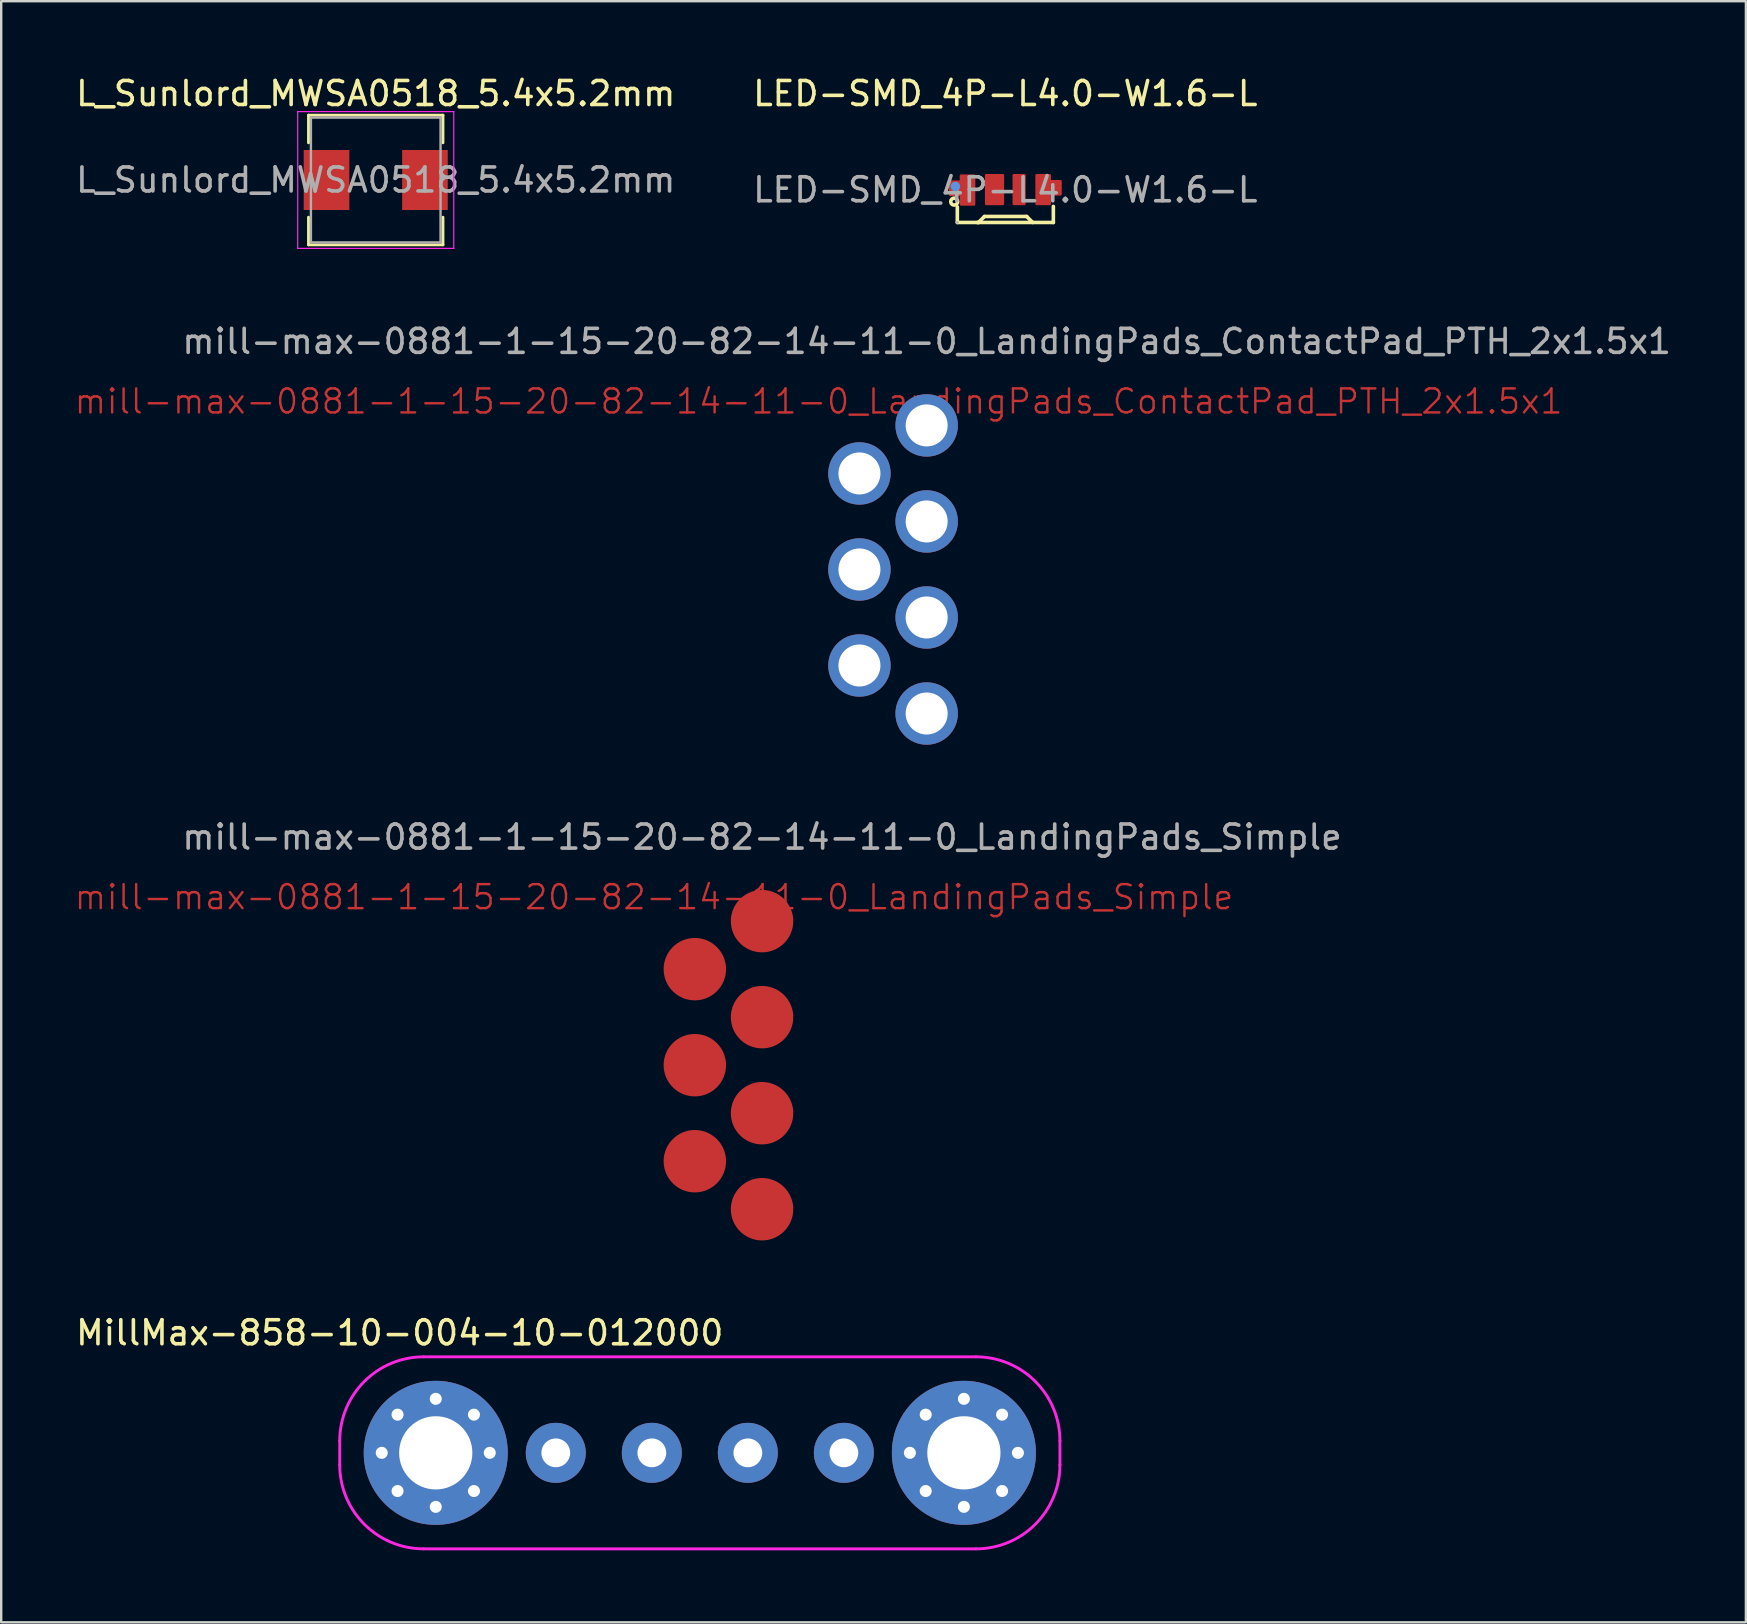
<source format=kicad_pcb>
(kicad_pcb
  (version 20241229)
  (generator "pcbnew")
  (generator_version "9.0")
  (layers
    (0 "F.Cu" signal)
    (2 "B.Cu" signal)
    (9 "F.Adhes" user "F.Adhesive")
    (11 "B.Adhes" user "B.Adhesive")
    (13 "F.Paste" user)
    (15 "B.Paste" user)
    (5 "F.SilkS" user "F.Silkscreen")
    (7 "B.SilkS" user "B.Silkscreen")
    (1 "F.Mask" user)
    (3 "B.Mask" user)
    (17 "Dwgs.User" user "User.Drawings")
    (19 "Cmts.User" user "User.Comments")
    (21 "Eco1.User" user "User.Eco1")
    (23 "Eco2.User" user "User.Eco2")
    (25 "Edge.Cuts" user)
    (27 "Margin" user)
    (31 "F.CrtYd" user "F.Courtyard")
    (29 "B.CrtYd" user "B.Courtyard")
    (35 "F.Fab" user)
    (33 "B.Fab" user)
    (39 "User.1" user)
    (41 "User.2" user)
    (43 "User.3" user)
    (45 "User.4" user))
  (footprint "L_Sunlord_MWSA0518_5.4x5.2mm"
    (layer "F.Cu")
    (at 12.601 4.448)
    (property "Reference" "L_Sunlord_MWSA0518_5.4x5.2mm" (at 0 -3.6 0) (layer "F.SilkS") (effects (font (size 1 1) (thickness 0.15))))
    (attr smd)
    (fp_line (start -2.8 -2.7) (end -2.8 -1.55) (stroke (width 0.12) (type solid)) (layer "F.SilkS"))
    (fp_line (start -2.8 -2.7) (end 2.8 -2.7) (stroke (width 0.12) (type solid)) (layer "F.SilkS"))
    (fp_line (start -2.8 2.7) (end -2.8 1.55) (stroke (width 0.12) (type solid)) (layer "F.SilkS"))
    (fp_line (start -2.8 2.7) (end 2.8 2.7) (stroke (width 0.12) (type solid)) (layer "F.SilkS"))
    (fp_line (start 2.8 -2.7) (end 2.8 -1.55) (stroke (width 0.12) (type solid)) (layer "F.SilkS"))
    (fp_line (start 2.8 2.7) (end 2.8 1.55) (stroke (width 0.12) (type solid)) (layer "F.SilkS"))
    (fp_line (start -3.25 -2.85) (end 3.25 -2.85) (stroke (width 0.05) (type solid)) (layer "F.CrtYd"))
    (fp_line (start -3.25 2.85) (end -3.25 -2.85) (stroke (width 0.05) (type solid)) (layer "F.CrtYd"))
    (fp_line (start 3.25 -2.85) (end 3.25 2.85) (stroke (width 0.05) (type solid)) (layer "F.CrtYd"))
    (fp_line (start 3.25 2.85) (end -3.25 2.85) (stroke (width 0.05) (type solid)) (layer "F.CrtYd"))
    (fp_line (start -2.7 -2.6) (end 2.7 -2.6) (stroke (width 0.1) (type solid)) (layer "F.Fab"))
    (fp_line (start -2.7 2.6) (end -2.7 -2.6) (stroke (width 0.1) (type solid)) (layer "F.Fab"))
    (fp_line (start 2.7 -2.6) (end 2.7 2.6) (stroke (width 0.1) (type solid)) (layer "F.Fab"))
    (fp_line (start 2.7 2.6) (end -2.7 2.6) (stroke (width 0.1) (type solid)) (layer "F.Fab"))
    (fp_text user "${REFERENCE}" (at 0 0 0) (layer "F.Fab") (effects (font (size 1 1) (thickness 0.15))))
    (pad "1" smd rect (at -2.05 0) (size 1.9 2.5) (layers "F.Cu" "F.Mask" "F.Paste"))
    (pad "2" smd rect (at 2.05 0) (size 1.9 2.5) (layers "F.Cu" "F.Mask" "F.Paste")))
  (footprint "LED-SMD_4P-L4.0-W1.6-L"
    (layer "F.Cu")
    (at 38.827 4.858)
    (property "Reference" "LED-SMD_4P-L4.0-W1.6-L" (at 0 -4.01 0) (layer "F.SilkS") (effects (font (size 1 1) (thickness 0.15))))
    (attr smd)
    (fp_line (start -2 1.36) (end -2 0.71) (stroke (width 0.15) (type solid)) (layer "F.SilkS"))
    (fp_line (start -1.17 1.36) (end -1.12 1.36) (stroke (width 0.15) (type solid)) (layer "F.SilkS"))
    (fp_line (start -1.12 1.36) (end -0.87 1.11) (stroke (width 0.15) (type solid)) (layer "F.SilkS"))
    (fp_line (start -0.87 1.11) (end 0.89 1.11) (stroke (width 0.15) (type solid)) (layer "F.SilkS"))
    (fp_line (start 0.89 1.11) (end 1.14 1.36) (stroke (width 0.15) (type solid)) (layer "F.SilkS"))
    (fp_line (start 2 0.69) (end 2 1.36) (stroke (width 0.15) (type solid)) (layer "F.SilkS"))
    (fp_line (start 2 1.36) (end -2 1.36) (stroke (width 0.15) (type solid)) (layer "F.SilkS"))
    (fp_circle (center -2.13 0.49) (end -2.06 0.49) (stroke (width 0.15) (type solid)) (fill no) (layer "F.SilkS"))
    (fp_circle (center -2.08 -0.14) (end -1.98 -0.14) (stroke (width 0.2) (type solid)) (fill no) (layer "Cmts.User"))
    (fp_circle (center -2 1.36) (end -1.97 1.36) (stroke (width 0.06) (type solid)) (fill no) (layer "F.Fab"))
    (fp_text user "${REFERENCE}" (at 0 0 0) (layer "F.Fab") (effects (font (size 1 1) (thickness 0.15))))
    (pad "1" smd custom (at -1.8 0.01) (size 0.01 0.01) (layers "F.Cu" "F.Mask" "F.Paste") (options (anchor circle)) (primitives (gr_poly (pts (xy 0.5 -0.6) (xy 0.5 0.6) (xy -0.05 0.6) (xy -0.05 0.2) (xy -0.5 0.2) (xy -0.5 -0.35) (xy -0.05 -0.35) (xy -0.05 -0.6)) (width 0.1) (fill yes))))
    (pad "2" smd custom (at -0.45 -0.01) (size 0.01 0.01) (layers "F.Cu" "F.Mask" "F.Paste") (options (anchor circle)) (primitives (gr_poly (pts (xy -0.35 -0.6) (xy -0.35 0.6) (xy 0.35 0.6) (xy 0.35 -0.6)) (width 0.1) (fill yes))))
    (pad "3" smd custom (at 0.57 -0.01) (size 0.01 0.01) (layers "F.Cu" "F.Mask" "F.Paste") (options (anchor circle)) (primitives (gr_poly (pts (xy -0.22 0.6) (xy 0.23 0.6) (xy 0.23 -0.6) (xy -0.22 -0.6)) (width 0.1) (fill yes))))
    (pad "4" smd custom (at 1.8 -0.01) (size 0.01 0.01) (layers "F.Cu" "F.Mask" "F.Paste") (options (anchor circle)) (primitives (gr_poly (pts (xy -0.5 -0.6) (xy -0.5 0.6) (xy 0.05 0.6) (xy 0.05 0.2) (xy 0.5 0.2) (xy 0.5 -0.35) (xy 0.05 -0.35) (xy 0.05 -0.6)) (width 0.1) (fill yes)))))
  (footprint "MillMax-858-10-004-10-012000"
    (layer "F.Cu")
    (at 26.101 57.468)
    (property "Reference" "MillMax-858-10-004-10-012000" (at -12.5 -5 0) (layer "F.SilkS") (effects (font (size 1 1) (thickness 0.15))))
    (attr through_hole)
    (fp_line (start -15 0.5) (end -15 -0.5) (stroke (width 0.12) (type solid)) (layer "F.CrtYd"))
    (fp_line (start 11.5 -4) (end -11.5 -4) (stroke (width 0.12) (type solid)) (layer "F.CrtYd"))
    (fp_line (start 11.5 4) (end -11.5 4) (stroke (width 0.12) (type solid)) (layer "F.CrtYd"))
    (fp_line (start 15 -0.5) (end 15 0.5) (stroke (width 0.12) (type solid)) (layer "F.CrtYd"))
    (fp_arc (start -15 -0.5) (mid -13.974874 -2.974874) (end -11.5 -4) (stroke (width 0.12) (type solid)) (layer "F.CrtYd"))
    (fp_arc (start -11.5 4) (mid -13.974874 2.974874) (end -15 0.5) (stroke (width 0.12) (type solid)) (layer "F.CrtYd"))
    (fp_arc (start 11.5 -4) (mid 13.974874 -2.974874) (end 15 -0.5) (stroke (width 0.12) (type solid)) (layer "F.CrtYd"))
    (fp_arc (start 15 0.5) (mid 13.974874 2.974874) (end 11.5 4) (stroke (width 0.12) (type solid)) (layer "F.CrtYd"))
    (pad "1" thru_hole circle (at -13.25 0) (size 0.8 0.8) (drill 0.5) (layers "*.Cu" "*.Mask"))
    (pad "1" thru_hole circle (at -12.591 -1.591) (size 0.8 0.8) (drill 0.5) (layers "*.Cu" "*.Mask"))
    (pad "1" thru_hole circle (at -12.591 1.591) (size 0.8 0.8) (drill 0.5) (layers "*.Cu" "*.Mask"))
    (pad "1" thru_hole circle (at -11 -2.25) (size 0.8 0.8) (drill 0.5) (layers "*.Cu" "*.Mask"))
    (pad "1" thru_hole circle (at -11 0) (size 6 6) (drill 3.05) (layers "*.Cu" "*.Mask"))
    (pad "1" thru_hole circle (at -11 2.25) (size 0.8 0.8) (drill 0.5) (layers "*.Cu" "*.Mask"))
    (pad "1" thru_hole circle (at -9.409 -1.591) (size 0.8 0.8) (drill 0.5) (layers "*.Cu" "*.Mask"))
    (pad "1" thru_hole circle (at -9.409 1.591) (size 0.8 0.8) (drill 0.5) (layers "*.Cu" "*.Mask"))
    (pad "1" thru_hole circle (at -8.75 0) (size 0.8 0.8) (drill 0.5) (layers "*.Cu" "*.Mask"))
    (pad "1" thru_hole circle (at 8.75 0) (size 0.8 0.8) (drill 0.5) (layers "*.Cu" "*.Mask"))
    (pad "1" thru_hole circle (at 9.409 -1.591) (size 0.8 0.8) (drill 0.5) (layers "*.Cu" "*.Mask"))
    (pad "1" thru_hole circle (at 9.409 1.591) (size 0.8 0.8) (drill 0.5) (layers "*.Cu" "*.Mask"))
    (pad "1" thru_hole circle (at 11 -2.25) (size 0.8 0.8) (drill 0.5) (layers "*.Cu" "*.Mask"))
    (pad "1" thru_hole circle (at 11 0) (size 6 6) (drill 3.05) (layers "*.Cu" "*.Mask"))
    (pad "1" thru_hole circle (at 11 2.25) (size 0.8 0.8) (drill 0.5) (layers "*.Cu" "*.Mask"))
    (pad "1" thru_hole circle (at 12.591 -1.591) (size 0.8 0.8) (drill 0.5) (layers "*.Cu" "*.Mask"))
    (pad "1" thru_hole circle (at 12.591 1.591) (size 0.8 0.8) (drill 0.5) (layers "*.Cu" "*.Mask"))
    (pad "1" thru_hole circle (at 13.25 0) (size 0.8 0.8) (drill 0.5) (layers "*.Cu" "*.Mask"))
    (pad "2" thru_hole circle (at -6 0) (size 2.5 2.5) (drill 1.2) (layers "*.Cu" "*.Mask"))
    (pad "3" thru_hole circle (at -2 0) (size 2.5 2.5) (drill 1.2) (layers "*.Cu" "*.Mask"))
    (pad "4" thru_hole circle (at 2 0) (size 2.5 2.5) (drill 1.2) (layers "*.Cu" "*.Mask"))
    (pad "5" thru_hole circle (at 6 0) (size 2.5 2.5) (drill 1.2) (layers "*.Cu" "*.Mask")))
  (footprint "mill-max-0881-1-15-20-82-14-11-0_LandingPads_ContactPad_PTH_2x1.5x1"
    (layer "F.Cu")
    (at 35.55 14.671)
    (property "Reference" "mill-max-0881-1-15-20-82-14-11-0_LandingPads_ContactPad_PTH_2x1.5x1" (at -4.5 -1 0) (unlocked yes) (layer "F.Cu") (effects (font (size 1 1) (thickness 0.1))))
    (attr smd)
    (fp_text user "${REFERENCE}" (at 0 -3.5 0) (unlocked yes) (layer "F.Fab") (effects (font (size 1 1) (thickness 0.15))))
    (pad "1" thru_hole circle (at 0 0) (size 2.6 2.6) (drill 1.75) (layers "*.Cu" "*.Mask"))
    (pad "2" thru_hole circle (at -2.8 2) (size 2.6 2.6) (drill 1.75) (layers "*.Cu" "*.Mask"))
    (pad "3" thru_hole circle (at 0 4) (size 2.6 2.6) (drill 1.75) (layers "*.Cu" "*.Mask"))
    (pad "4" thru_hole circle (at -2.8 6) (size 2.6 2.6) (drill 1.75) (layers "*.Cu" "*.Mask"))
    (pad "5" thru_hole circle (at 0 8) (size 2.6 2.6) (drill 1.75) (layers "*.Cu" "*.Mask"))
    (pad "6" thru_hole circle (at -2.8 10) (size 2.6 2.6) (drill 1.75) (layers "*.Cu" "*.Mask"))
    (pad "7" thru_hole circle (at 0 12) (size 2.6 2.6) (drill 1.75) (layers "*.Cu" "*.Mask")))
  (footprint "mill-max-0881-1-15-20-82-14-11-0_LandingPads_Simple"
    (layer "F.Cu")
    (at 28.693 35.32)
    (property "Reference" "mill-max-0881-1-15-20-82-14-11-0_LandingPads_Simple" (at -4.5 -1 0) (unlocked yes) (layer "F.Cu") (effects (font (size 1 1) (thickness 0.1))))
    (attr smd)
    (fp_text user "${REFERENCE}" (at 0 -3.5 0) (unlocked yes) (layer "F.Fab") (effects (font (size 1 1) (thickness 0.15))))
    (pad "1" smd circle (at 0 0) (size 2.6 2.6) (layers "F.Cu" "F.Mask"))
    (pad "2" smd circle (at -2.8 2) (size 2.6 2.6) (layers "F.Cu" "F.Mask"))
    (pad "3" smd circle (at 0 4) (size 2.6 2.6) (layers "F.Cu" "F.Mask"))
    (pad "4" smd circle (at -2.8 6) (size 2.6 2.6) (layers "F.Cu" "F.Mask"))
    (pad "5" smd circle (at 0 8) (size 2.6 2.6) (layers "F.Cu" "F.Mask"))
    (pad "6" smd circle (at -2.8 10) (size 2.6 2.6) (layers "F.Cu" "F.Mask"))
    (pad "7" smd circle (at 0 12) (size 2.6 2.6) (layers "F.Cu" "F.Mask")))
  (gr_rect
    (start -3 -3)
    (end 69.675 64.528)
    (stroke (width 0.1) (type default))
    (fill no)
    (layer "Edge.Cuts")))
</source>
